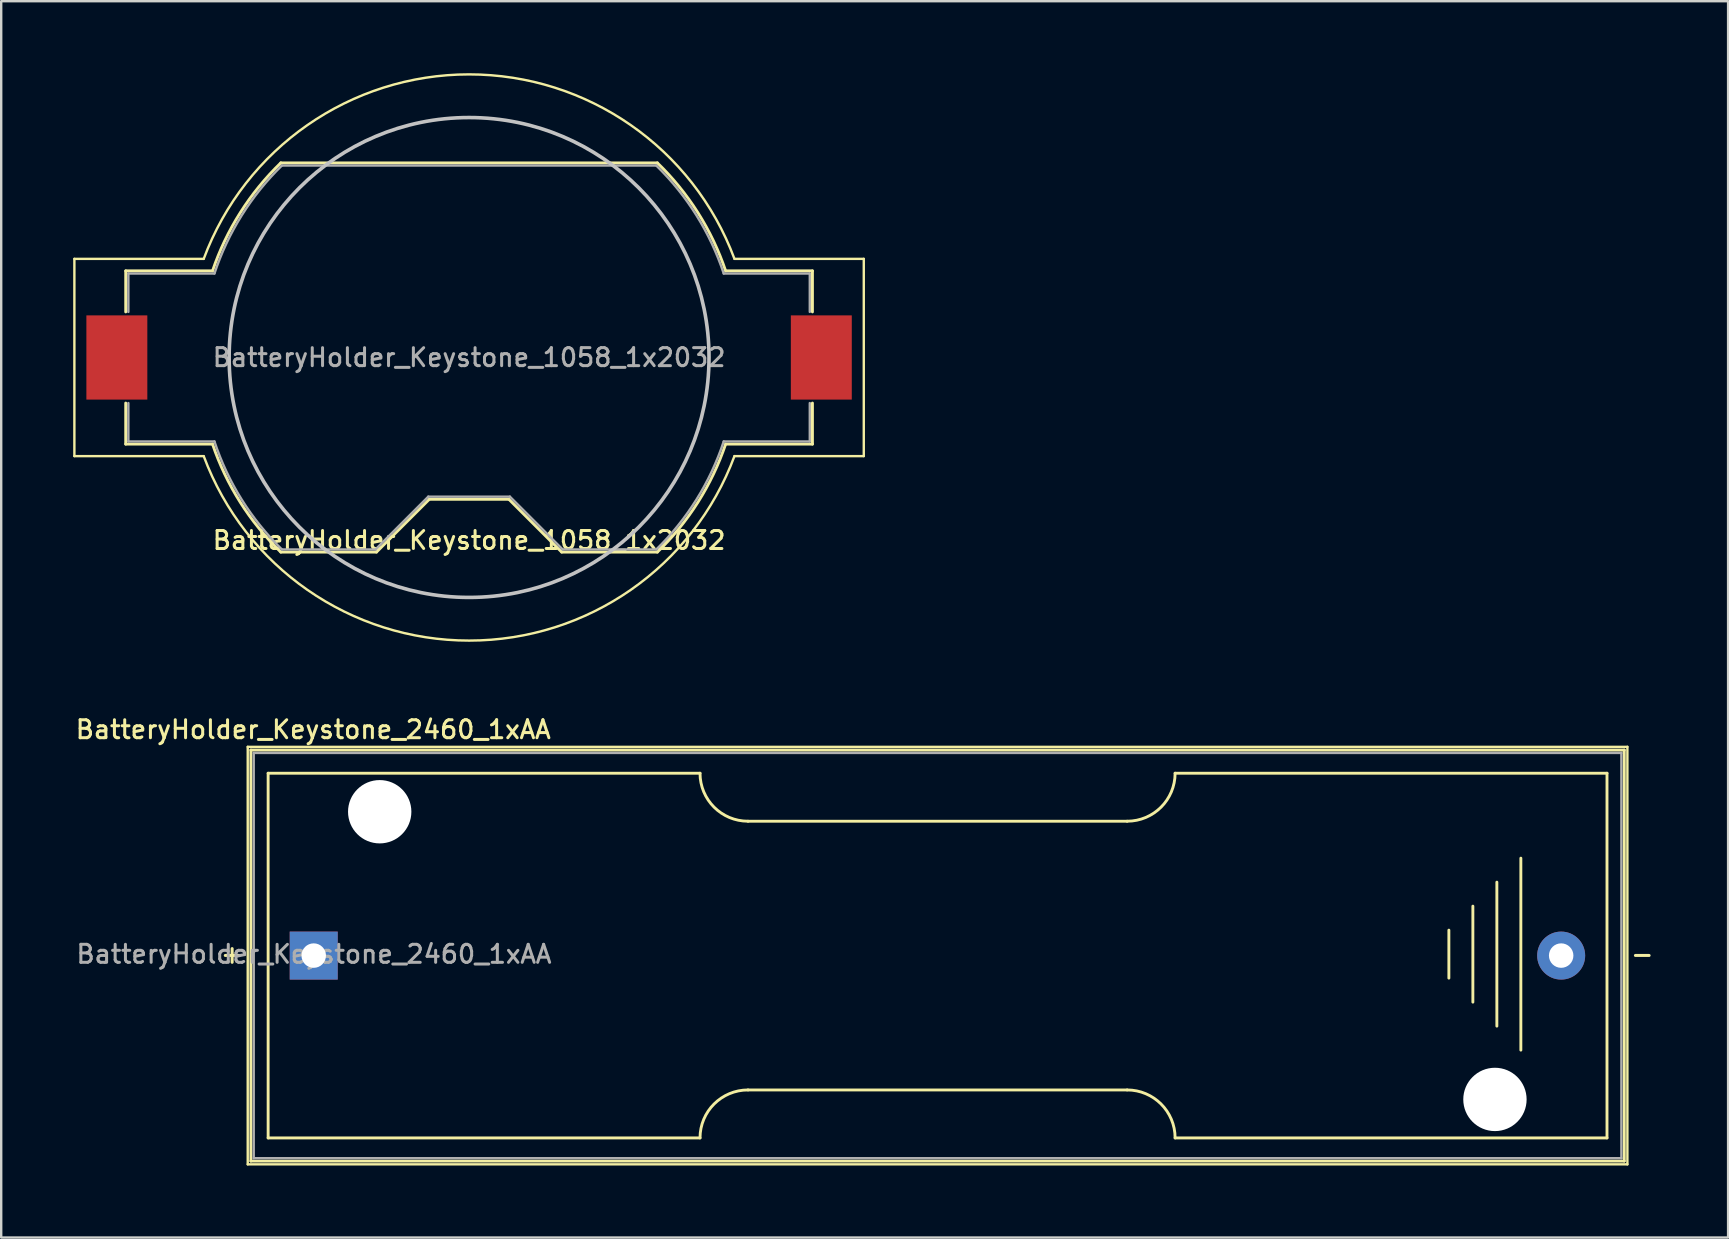
<source format=kicad_pcb>
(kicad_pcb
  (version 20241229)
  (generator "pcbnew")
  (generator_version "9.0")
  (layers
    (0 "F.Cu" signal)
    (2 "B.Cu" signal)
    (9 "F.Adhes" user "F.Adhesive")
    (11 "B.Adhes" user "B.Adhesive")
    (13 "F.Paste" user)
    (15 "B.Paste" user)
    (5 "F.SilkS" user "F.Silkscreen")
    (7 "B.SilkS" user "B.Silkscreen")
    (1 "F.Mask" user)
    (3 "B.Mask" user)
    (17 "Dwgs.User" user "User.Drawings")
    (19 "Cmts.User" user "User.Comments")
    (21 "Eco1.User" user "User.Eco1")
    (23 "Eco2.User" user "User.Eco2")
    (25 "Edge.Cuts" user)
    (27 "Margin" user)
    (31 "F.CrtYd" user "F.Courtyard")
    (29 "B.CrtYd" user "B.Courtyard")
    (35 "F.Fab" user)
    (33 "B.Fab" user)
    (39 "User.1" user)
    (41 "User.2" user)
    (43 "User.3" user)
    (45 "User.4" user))
  (footprint "BatteryHolder_Keystone_1058_1x2032"
    (layer "F.Cu")
    (at 16.5 11.849)
    (property "Reference" "BatteryHolder_Keystone_1058_1x2032" (at 0 7.62 0) (layer "F.SilkS") (effects (font (size 0.75 0.75) (thickness 0.125))))
    (attr smd)
    (fp_line (start -16.45 -4.11) (end -16.45 4.11) (stroke (width 0.1) (type solid)) (layer "F.SilkS"))
    (fp_line (start -16.45 -4.11) (end -11.06 -4.11) (stroke (width 0.1) (type solid)) (layer "F.SilkS"))
    (fp_line (start -16.45 4.11) (end -11.06 4.11) (stroke (width 0.1) (type solid)) (layer "F.SilkS"))
    (fp_line (start -14.31 -3.61) (end -10.692 -3.61) (stroke (width 0.12) (type solid)) (layer "F.SilkS"))
    (fp_line (start -14.31 -1.9) (end -14.31 -3.61) (stroke (width 0.12) (type solid)) (layer "F.SilkS"))
    (fp_line (start -14.31 1.9) (end -14.31 3.61) (stroke (width 0.12) (type solid)) (layer "F.SilkS"))
    (fp_line (start -10.692 3.61) (end -14.31 3.61) (stroke (width 0.12) (type solid)) (layer "F.SilkS"))
    (fp_line (start -7.847 -8.11) (end 7.847 -8.11) (stroke (width 0.12) (type solid)) (layer "F.SilkS"))
    (fp_line (start -3.86 8.11) (end -7.847 8.11) (stroke (width 0.12) (type solid)) (layer "F.SilkS"))
    (fp_line (start -1.66 5.91) (end -3.86 8.11) (stroke (width 0.12) (type solid)) (layer "F.SilkS"))
    (fp_line (start 1.66 5.91) (end -1.66 5.91) (stroke (width 0.12) (type solid)) (layer "F.SilkS"))
    (fp_line (start 1.66 5.91) (end 3.86 8.11) (stroke (width 0.12) (type solid)) (layer "F.SilkS"))
    (fp_line (start 7.847 8.11) (end 3.86 8.11) (stroke (width 0.12) (type solid)) (layer "F.SilkS"))
    (fp_line (start 10.692 -3.61) (end 14.31 -3.61) (stroke (width 0.12) (type solid)) (layer "F.SilkS"))
    (fp_line (start 11.06 4.11) (end 16.45 4.11) (stroke (width 0.1) (type solid)) (layer "F.SilkS"))
    (fp_line (start 14.31 -1.9) (end 14.31 -3.61) (stroke (width 0.12) (type solid)) (layer "F.SilkS"))
    (fp_line (start 14.31 1.9) (end 14.31 3.61) (stroke (width 0.12) (type solid)) (layer "F.SilkS"))
    (fp_line (start 14.31 3.61) (end 10.692 3.61) (stroke (width 0.12) (type solid)) (layer "F.SilkS"))
    (fp_line (start 16.45 -4.11) (end 11.06 -4.11) (stroke (width 0.1) (type solid)) (layer "F.SilkS"))
    (fp_line (start 16.45 4.11) (end 16.45 -4.11) (stroke (width 0.1) (type solid)) (layer "F.SilkS"))
    (fp_arc (start -11.06 -4.11) (mid -0.002978 -11.79897) (end 11.057924 -4.115582) (stroke (width 0.1) (type solid)) (layer "F.SilkS"))
    (fp_arc (start -10.692 -3.61) (mid -9.538084 -6.031244) (end -7.845371 -8.111789) (stroke (width 0.12) (type solid)) (layer "F.SilkS"))
    (fp_arc (start -7.845371 8.111789) (mid -9.538085 6.031244) (end -10.692 3.61) (stroke (width 0.12) (type solid)) (layer "F.SilkS"))
    (fp_arc (start 7.845371 -8.111789) (mid 9.538085 -6.031244) (end 10.692 -3.61) (stroke (width 0.12) (type solid)) (layer "F.SilkS"))
    (fp_arc (start 10.692 3.61) (mid 9.538084 6.031244) (end 7.845371 8.111789) (stroke (width 0.12) (type solid)) (layer "F.SilkS"))
    (fp_arc (start 11.06 4.11) (mid 0.002978 11.79897) (end -11.057924 4.115582) (stroke (width 0.1) (type solid)) (layer "F.SilkS"))
    (fp_circle (center 0 0) (end 10 0) (stroke (width 0.15) (type solid)) (fill no) (layer "Dwgs.User"))
    (fp_line (start -14.2 -3.5) (end -14.2 -1.9) (stroke (width 0.1) (type solid)) (layer "F.Fab"))
    (fp_line (start -14.2 -3.5) (end -10.613 -3.5) (stroke (width 0.1) (type solid)) (layer "F.Fab"))
    (fp_line (start -14.2 1.9) (end -14.2 3.5) (stroke (width 0.1) (type solid)) (layer "F.Fab"))
    (fp_line (start -14.2 3.5) (end -10.613 3.5) (stroke (width 0.1) (type solid)) (layer "F.Fab"))
    (fp_line (start -7.803 -8) (end 7.803 -8) (stroke (width 0.1) (type solid)) (layer "F.Fab"))
    (fp_line (start -3.9 8) (end -7.803 8) (stroke (width 0.1) (type solid)) (layer "F.Fab"))
    (fp_line (start -1.7 5.8) (end -3.9 8) (stroke (width 0.1) (type solid)) (layer "F.Fab"))
    (fp_line (start -1.7 5.8) (end 1.7 5.8) (stroke (width 0.1) (type solid)) (layer "F.Fab"))
    (fp_line (start 1.7 5.8) (end 3.9 8) (stroke (width 0.1) (type solid)) (layer "F.Fab"))
    (fp_line (start 3.9 8) (end 7.803 8) (stroke (width 0.1) (type solid)) (layer "F.Fab"))
    (fp_line (start 10.613 -3.5) (end 14.2 -3.5) (stroke (width 0.1) (type solid)) (layer "F.Fab"))
    (fp_line (start 14.2 -3.5) (end 14.2 -1.9) (stroke (width 0.1) (type solid)) (layer "F.Fab"))
    (fp_line (start 14.2 1.9) (end 14.2 3.5) (stroke (width 0.1) (type solid)) (layer "F.Fab"))
    (fp_line (start 14.2 3.5) (end 10.613 3.5) (stroke (width 0.1) (type solid)) (layer "F.Fab"))
    (fp_arc (start -10.61275 -3.5) (mid -9.478596 -5.919179) (end -7.802602 -7.999992) (stroke (width 0.1) (type solid)) (layer "F.Fab"))
    (fp_arc (start -7.802602 7.999992) (mid -9.478596 5.91918) (end -10.61275 3.5) (stroke (width 0.1) (type solid)) (layer "F.Fab"))
    (fp_arc (start 7.802602 -7.999992) (mid 9.478596 -5.91918) (end 10.61275 -3.5) (stroke (width 0.1) (type solid)) (layer "F.Fab"))
    (fp_arc (start 10.61275 3.5) (mid 9.478596 5.919179) (end 7.802602 7.999992) (stroke (width 0.1) (type solid)) (layer "F.Fab"))
    (fp_text user "${REFERENCE}" (at 0 0 0) (layer "F.Fab") (effects (font (size 0.75 0.75) (thickness 0.125))))
    (pad "1" smd rect (at -14.68 0) (size 2.54 3.51) (layers "F.Cu" "F.Mask" "F.Paste"))
    (pad "2" smd rect (at 14.68 0) (size 2.54 3.51) (layers "F.Cu" "F.Mask" "F.Paste")))
  (footprint "BatteryHolder_Keystone_2460_1xAA"
    (layer "F.Cu")
    (at 10.025 36.776)
    (property "Reference" "BatteryHolder_Keystone_2460_1xAA" (at -0.02 -9.42 180) (layer "F.SilkS") (effects (font (size 0.75 0.75) (thickness 0.125))))
    (attr through_hole)
    (fp_line (start -2.75 -8.7) (end 54.75 -8.7) (stroke (width 0.1) (type solid)) (layer "F.SilkS"))
    (fp_line (start -2.75 8.7) (end -2.75 -8.7) (stroke (width 0.1) (type solid)) (layer "F.SilkS"))
    (fp_line (start -2.62 -8.565) (end 54.62 -8.565) (stroke (width 0.12) (type solid)) (layer "F.SilkS"))
    (fp_line (start -2.62 8.565) (end -2.62 -8.565) (stroke (width 0.12) (type solid)) (layer "F.SilkS"))
    (fp_line (start -1.9 -7.6) (end -1.9 7.6) (stroke (width 0.12) (type solid)) (layer "F.SilkS"))
    (fp_line (start -1.9 -7.6) (end 16.1 -7.6) (stroke (width 0.12) (type solid)) (layer "F.SilkS"))
    (fp_line (start -1.9 7.6) (end 16.1 7.6) (stroke (width 0.12) (type solid)) (layer "F.SilkS"))
    (fp_line (start 18.1 -5.6) (end 33.9 -5.6) (stroke (width 0.12) (type solid)) (layer "F.SilkS"))
    (fp_line (start 33.9 5.6) (end 18.1 5.6) (stroke (width 0.12) (type solid)) (layer "F.SilkS"))
    (fp_line (start 35.9 -7.6) (end 53.9 -7.6) (stroke (width 0.12) (type solid)) (layer "F.SilkS"))
    (fp_line (start 35.9 7.6) (end 53.9 7.6) (stroke (width 0.12) (type solid)) (layer "F.SilkS"))
    (fp_line (start 47.31 -1.06) (end 47.31 0.94) (stroke (width 0.12) (type solid)) (layer "F.SilkS"))
    (fp_line (start 48.31 -2.06) (end 48.31 1.94) (stroke (width 0.12) (type solid)) (layer "F.SilkS"))
    (fp_line (start 49.31 2.94) (end 49.31 -3.06) (stroke (width 0.12) (type solid)) (layer "F.SilkS"))
    (fp_line (start 50.31 -4.06) (end 50.31 3.94) (stroke (width 0.12) (type solid)) (layer "F.SilkS"))
    (fp_line (start 53.9 -7.6) (end 53.9 7.6) (stroke (width 0.12) (type solid)) (layer "F.SilkS"))
    (fp_line (start 54.62 -8.565) (end 54.62 8.565) (stroke (width 0.12) (type solid)) (layer "F.SilkS"))
    (fp_line (start 54.62 8.565) (end -2.62 8.565) (stroke (width 0.12) (type solid)) (layer "F.SilkS"))
    (fp_line (start 54.75 -8.7) (end 54.75 8.7) (stroke (width 0.1) (type solid)) (layer "F.SilkS"))
    (fp_line (start 54.75 8.7) (end -2.75 8.7) (stroke (width 0.1) (type solid)) (layer "F.SilkS"))
    (fp_arc (start 16.1 7.6) (mid 16.685786 6.185786) (end 18.1 5.6) (stroke (width 0.12) (type solid)) (layer "F.SilkS"))
    (fp_arc (start 18.1 -5.6) (mid 16.685786 -6.185786) (end 16.1 -7.6) (stroke (width 0.12) (type solid)) (layer "F.SilkS"))
    (fp_arc (start 33.9 5.6) (mid 35.314214 6.185786) (end 35.9 7.6) (stroke (width 0.12) (type solid)) (layer "F.SilkS"))
    (fp_arc (start 35.9 -7.6) (mid 35.314214 -6.185786) (end 33.9 -5.6) (stroke (width 0.12) (type solid)) (layer "F.SilkS"))
    (fp_line (start -2.5 -8.445) (end -2.5 8.445) (stroke (width 0.1) (type solid)) (layer "F.Fab"))
    (fp_line (start -2.5 8.445) (end 54.5 8.445) (stroke (width 0.1) (type solid)) (layer "F.Fab"))
    (fp_line (start 54.5 -8.445) (end -2.5 -8.445) (stroke (width 0.1) (type solid)) (layer "F.Fab"))
    (fp_line (start 54.5 8.445) (end 54.5 -8.445) (stroke (width 0.1) (type solid)) (layer "F.Fab"))
    (fp_text user "+" (at -3.4 -0.06 0) (layer "F.SilkS") (effects (font (size 0.75 0.75) (thickness 0.125))))
    (fp_text user "-" (at 55.37 -0.06 0) (layer "F.SilkS") (effects (font (size 0.75 0.75) (thickness 0.125))))
    (fp_text user "${REFERENCE}" (at 0.01 -0.06 0) (layer "F.Fab") (effects (font (size 0.75 0.75) (thickness 0.125))))
    (pad "" np_thru_hole circle (at 2.75 -5.995 90) (size 2.64 2.64) (drill 2.64) (layers "*.Cu" "*.Mask"))
    (pad "" np_thru_hole circle (at 49.23 5.995) (size 2.64 2.64) (drill 2.64) (layers "*.Cu" "*.Mask"))
    (pad "1" thru_hole rect (at 0 0 180) (size 2 2) (drill 1.02) (layers "*.Cu" "*.Mask"))
    (pad "2" thru_hole circle (at 51.99 0 180) (size 2 2) (drill 1.02) (layers "*.Cu" "*.Mask")))
  (gr_rect
    (start -3 -3)
    (end 68.972 48.526)
    (stroke (width 0.1) (type default))
    (fill no)
    (layer "Edge.Cuts")))
</source>
